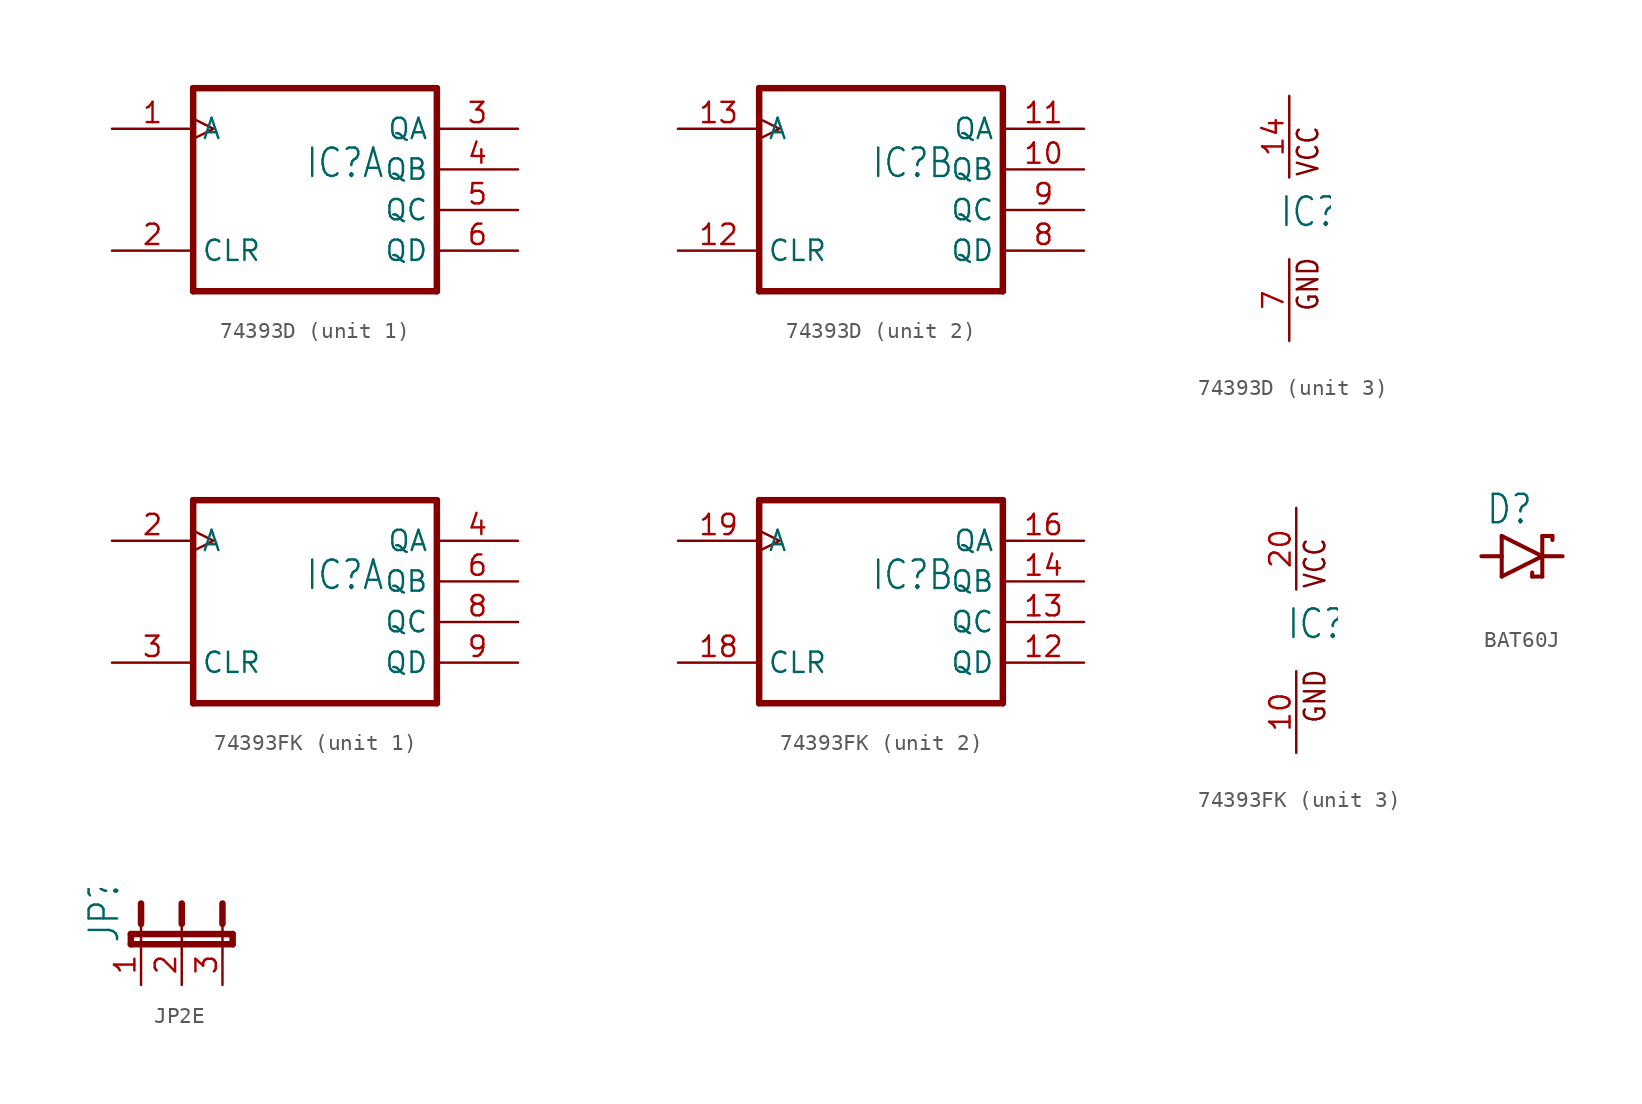
<source format=kicad_sym>
(kicad_symbol_lib
  (version 20231120)
  (generator "kicad_symbol_editor")
  (generator_version "8.0")
  (symbol "74393D"
    (property "Reference" "IC"
      (at -0.635 -0.635 0)
      (effects (font (size 1.778 1.511)) (justify left bottom)))
    (property "ki_locked" ""
      (at 0 0 0)
      (effects (font (size 1.27 1.27))))
    (symbol "74393D_1_0"
      (polyline (pts (xy -7.62 -7.62) (xy 7.62 -7.62)) (stroke (width 0.406) (type solid)) (fill (type none)))
      (polyline (pts (xy -7.62 5.08) (xy -7.62 -7.62)) (stroke (width 0.406) (type solid)) (fill (type none)))
      (polyline (pts (xy 7.62 -7.62) (xy 7.62 5.08)) (stroke (width 0.406) (type solid)) (fill (type none)))
      (polyline (pts (xy 7.62 5.08) (xy -7.62 5.08)) (stroke (width 0.406) (type solid)) (fill (type none)))
      (pin input clock (at -12.7 2.54 0) (length 5.08) (name "A" (effects (font (size 1.27 1.27)))) (number "1" (effects (font (size 1.27 1.27)))))
      (pin input line (at -12.7 -5.08 0) (length 5.08) (name "CLR" (effects (font (size 1.27 1.27)))) (number "2" (effects (font (size 1.27 1.27)))))
      (pin output line (at 12.7 2.54 180) (length 5.08) (name "QA" (effects (font (size 1.27 1.27)))) (number "3" (effects (font (size 1.27 1.27)))))
      (pin output line (at 12.7 0 180) (length 5.08) (name "QB" (effects (font (size 1.27 1.27)))) (number "4" (effects (font (size 1.27 1.27)))))
      (pin output line (at 12.7 -2.54 180) (length 5.08) (name "QC" (effects (font (size 1.27 1.27)))) (number "5" (effects (font (size 1.27 1.27)))))
      (pin output line (at 12.7 -5.08 180) (length 5.08) (name "QD" (effects (font (size 1.27 1.27)))) (number "6" (effects (font (size 1.27 1.27))))))
    (symbol "74393D_2_0"
      (polyline (pts (xy -7.62 -7.62) (xy 7.62 -7.62)) (stroke (width 0.406) (type solid)) (fill (type none)))
      (polyline (pts (xy -7.62 5.08) (xy -7.62 -7.62)) (stroke (width 0.406) (type solid)) (fill (type none)))
      (polyline (pts (xy 7.62 -7.62) (xy 7.62 5.08)) (stroke (width 0.406) (type solid)) (fill (type none)))
      (polyline (pts (xy 7.62 5.08) (xy -7.62 5.08)) (stroke (width 0.406) (type solid)) (fill (type none)))
      (pin output line (at 12.7 0 180) (length 5.08) (name "QB" (effects (font (size 1.27 1.27)))) (number "10" (effects (font (size 1.27 1.27)))))
      (pin output line (at 12.7 2.54 180) (length 5.08) (name "QA" (effects (font (size 1.27 1.27)))) (number "11" (effects (font (size 1.27 1.27)))))
      (pin input line (at -12.7 -5.08 0) (length 5.08) (name "CLR" (effects (font (size 1.27 1.27)))) (number "12" (effects (font (size 1.27 1.27)))))
      (pin input clock (at -12.7 2.54 0) (length 5.08) (name "A" (effects (font (size 1.27 1.27)))) (number "13" (effects (font (size 1.27 1.27)))))
      (pin output line (at 12.7 -5.08 180) (length 5.08) (name "QD" (effects (font (size 1.27 1.27)))) (number "8" (effects (font (size 1.27 1.27)))))
      (pin output line (at 12.7 -2.54 180) (length 5.08) (name "QC" (effects (font (size 1.27 1.27)))) (number "9" (effects (font (size 1.27 1.27))))))
    (symbol "74393D_3_0"
      (text "GND" (at 1.905 -5.842 900) (effects (font (size 1.27 1.079)) (justify left bottom)))
      (text "VCC" (at 1.905 2.54 900) (effects (font (size 1.27 1.079)) (justify left bottom)))
      (pin power_in line (at 0 7.62 270) (length 5.08) (name "VCC" (effects (font (size 0 0)))) (number "14" (effects (font (size 1.27 1.27)))))
      (pin power_in line (at 0 -7.62 90) (length 5.08) (name "GND" (effects (font (size 0 0)))) (number "7" (effects (font (size 1.27 1.27)))))))
  (symbol "74393FK"
    (property "Reference" "IC"
      (at -0.635 -0.635 0)
      (effects (font (size 1.778 1.511)) (justify left bottom)))
    (property "ki_locked" ""
      (at 0 0 0)
      (effects (font (size 1.27 1.27))))
    (symbol "74393FK_1_0"
      (polyline (pts (xy -7.62 -7.62) (xy 7.62 -7.62)) (stroke (width 0.406) (type solid)) (fill (type none)))
      (polyline (pts (xy -7.62 5.08) (xy -7.62 -7.62)) (stroke (width 0.406) (type solid)) (fill (type none)))
      (polyline (pts (xy 7.62 -7.62) (xy 7.62 5.08)) (stroke (width 0.406) (type solid)) (fill (type none)))
      (polyline (pts (xy 7.62 5.08) (xy -7.62 5.08)) (stroke (width 0.406) (type solid)) (fill (type none)))
      (pin input clock (at -12.7 2.54 0) (length 5.08) (name "A" (effects (font (size 1.27 1.27)))) (number "2" (effects (font (size 1.27 1.27)))))
      (pin input line (at -12.7 -5.08 0) (length 5.08) (name "CLR" (effects (font (size 1.27 1.27)))) (number "3" (effects (font (size 1.27 1.27)))))
      (pin output line (at 12.7 2.54 180) (length 5.08) (name "QA" (effects (font (size 1.27 1.27)))) (number "4" (effects (font (size 1.27 1.27)))))
      (pin output line (at 12.7 0 180) (length 5.08) (name "QB" (effects (font (size 1.27 1.27)))) (number "6" (effects (font (size 1.27 1.27)))))
      (pin output line (at 12.7 -2.54 180) (length 5.08) (name "QC" (effects (font (size 1.27 1.27)))) (number "8" (effects (font (size 1.27 1.27)))))
      (pin output line (at 12.7 -5.08 180) (length 5.08) (name "QD" (effects (font (size 1.27 1.27)))) (number "9" (effects (font (size 1.27 1.27))))))
    (symbol "74393FK_2_0"
      (polyline (pts (xy -7.62 -7.62) (xy 7.62 -7.62)) (stroke (width 0.406) (type solid)) (fill (type none)))
      (polyline (pts (xy -7.62 5.08) (xy -7.62 -7.62)) (stroke (width 0.406) (type solid)) (fill (type none)))
      (polyline (pts (xy 7.62 -7.62) (xy 7.62 5.08)) (stroke (width 0.406) (type solid)) (fill (type none)))
      (polyline (pts (xy 7.62 5.08) (xy -7.62 5.08)) (stroke (width 0.406) (type solid)) (fill (type none)))
      (pin output line (at 12.7 -5.08 180) (length 5.08) (name "QD" (effects (font (size 1.27 1.27)))) (number "12" (effects (font (size 1.27 1.27)))))
      (pin output line (at 12.7 -2.54 180) (length 5.08) (name "QC" (effects (font (size 1.27 1.27)))) (number "13" (effects (font (size 1.27 1.27)))))
      (pin output line (at 12.7 0 180) (length 5.08) (name "QB" (effects (font (size 1.27 1.27)))) (number "14" (effects (font (size 1.27 1.27)))))
      (pin output line (at 12.7 2.54 180) (length 5.08) (name "QA" (effects (font (size 1.27 1.27)))) (number "16" (effects (font (size 1.27 1.27)))))
      (pin input line (at -12.7 -5.08 0) (length 5.08) (name "CLR" (effects (font (size 1.27 1.27)))) (number "18" (effects (font (size 1.27 1.27)))))
      (pin input clock (at -12.7 2.54 0) (length 5.08) (name "A" (effects (font (size 1.27 1.27)))) (number "19" (effects (font (size 1.27 1.27))))))
    (symbol "74393FK_3_0"
      (text "GND" (at 1.905 -5.842 900) (effects (font (size 1.27 1.079)) (justify left bottom)))
      (text "VCC" (at 1.905 2.54 900) (effects (font (size 1.27 1.079)) (justify left bottom)))
      (pin power_in line (at 0 -7.62 90) (length 5.08) (name "GND" (effects (font (size 0 0)))) (number "10" (effects (font (size 1.27 1.27)))))
      (pin power_in line (at 0 7.62 270) (length 5.08) (name "VCC" (effects (font (size 0 0)))) (number "20" (effects (font (size 1.27 1.27)))))))
  (symbol "BAT60J"
    (property "Reference" "D"
      (at -2.286 1.905 0)
      (effects (font (size 1.778 1.511)) (justify left bottom)))
    (property "Value" ""
      (at -2.286 -3.429 0)
      (effects (font (size 1.778 1.511)) (justify left bottom)))
    (property "ki_locked" ""
      (at 0 0 0)
      (effects (font (size 1.27 1.27))))
    (symbol "BAT60J_1_0"
      (polyline (pts (xy -1.27 -1.27) (xy 1.27 0)) (stroke (width 0.254) (type solid)) (fill (type none)))
      (polyline (pts (xy -1.27 0) (xy -2.54 0)) (stroke (width 0.254) (type solid)) (fill (type none)))
      (polyline (pts (xy -1.27 0) (xy -1.27 -1.27)) (stroke (width 0.254) (type solid)) (fill (type none)))
      (polyline (pts (xy -1.27 1.27) (xy -1.27 0)) (stroke (width 0.254) (type solid)) (fill (type none)))
      (polyline (pts (xy 0.635 -1.016) (xy 0.635 -1.27)) (stroke (width 0.254) (type solid)) (fill (type none)))
      (polyline (pts (xy 1.27 -1.27) (xy 0.635 -1.27)) (stroke (width 0.254) (type solid)) (fill (type none)))
      (polyline (pts (xy 1.27 0) (xy -1.27 1.27)) (stroke (width 0.254) (type solid)) (fill (type none)))
      (polyline (pts (xy 1.27 0) (xy 1.27 -1.27)) (stroke (width 0.254) (type solid)) (fill (type none)))
      (polyline (pts (xy 1.27 0) (xy 2.54 0)) (stroke (width 0.254) (type solid)) (fill (type none)))
      (polyline (pts (xy 1.27 1.27) (xy 1.27 0)) (stroke (width 0.254) (type solid)) (fill (type none)))
      (polyline (pts (xy 1.905 1.27) (xy 1.27 1.27)) (stroke (width 0.254) (type solid)) (fill (type none)))
      (polyline (pts (xy 1.905 1.27) (xy 1.905 1.016)) (stroke (width 0.254) (type solid)) (fill (type none)))
      (pin passive line (at -2.54 0 0) (length 0) (name "A" (effects (font (size 0 0)))) (number "A" (effects (font (size 0 0)))))
      (pin passive line (at 2.54 0 180) (length 0) (name "C" (effects (font (size 0 0)))) (number "C" (effects (font (size 0 0)))))))
  (symbol "JP2E"
    (property "Reference" "JP"
      (at -3.81 0 90)
      (effects (font (size 1.778 1.511)) (justify left bottom)))
    (property "Value" ""
      (at 5.715 0 90)
      (effects (font (size 1.778 1.511)) (justify left bottom)))
    (property "ki_locked" ""
      (at 0 0 0)
      (effects (font (size 1.27 1.27))))
    (symbol "JP2E_1_0"
      (polyline (pts (xy -3.175 0) (xy 3.175 0)) (stroke (width 0.406) (type solid)) (fill (type none)))
      (polyline (pts (xy -3.175 0.635) (xy -3.175 0)) (stroke (width 0.406) (type solid)) (fill (type none)))
      (polyline (pts (xy -2.54 0) (xy -2.54 1.27)) (stroke (width 0.152) (type solid)) (fill (type none)))
      (polyline (pts (xy -2.54 2.54) (xy -2.54 1.27)) (stroke (width 0.406) (type solid)) (fill (type none)))
      (polyline (pts (xy 0 0) (xy 0 1.27)) (stroke (width 0.152) (type solid)) (fill (type none)))
      (polyline (pts (xy 0 2.54) (xy 0 1.27)) (stroke (width 0.406) (type solid)) (fill (type none)))
      (polyline (pts (xy 2.54 0) (xy 2.54 1.27)) (stroke (width 0.152) (type solid)) (fill (type none)))
      (polyline (pts (xy 2.54 2.54) (xy 2.54 1.27)) (stroke (width 0.406) (type solid)) (fill (type none)))
      (polyline (pts (xy 3.175 0) (xy 3.175 0.635)) (stroke (width 0.406) (type solid)) (fill (type none)))
      (polyline (pts (xy 3.175 0.635) (xy -3.175 0.635)) (stroke (width 0.406) (type solid)) (fill (type none)))
      (pin passive line (at -2.54 -2.54 90) (length 2.54) (name "1" (effects (font (size 0 0)))) (number "1" (effects (font (size 1.27 1.27)))))
      (pin passive line (at 0 -2.54 90) (length 2.54) (name "2" (effects (font (size 0 0)))) (number "2" (effects (font (size 1.27 1.27)))))
      (pin passive line (at 2.54 -2.54 90) (length 2.54) (name "3" (effects (font (size 0 0)))) (number "3" (effects (font (size 1.27 1.27))))))))
</source>
